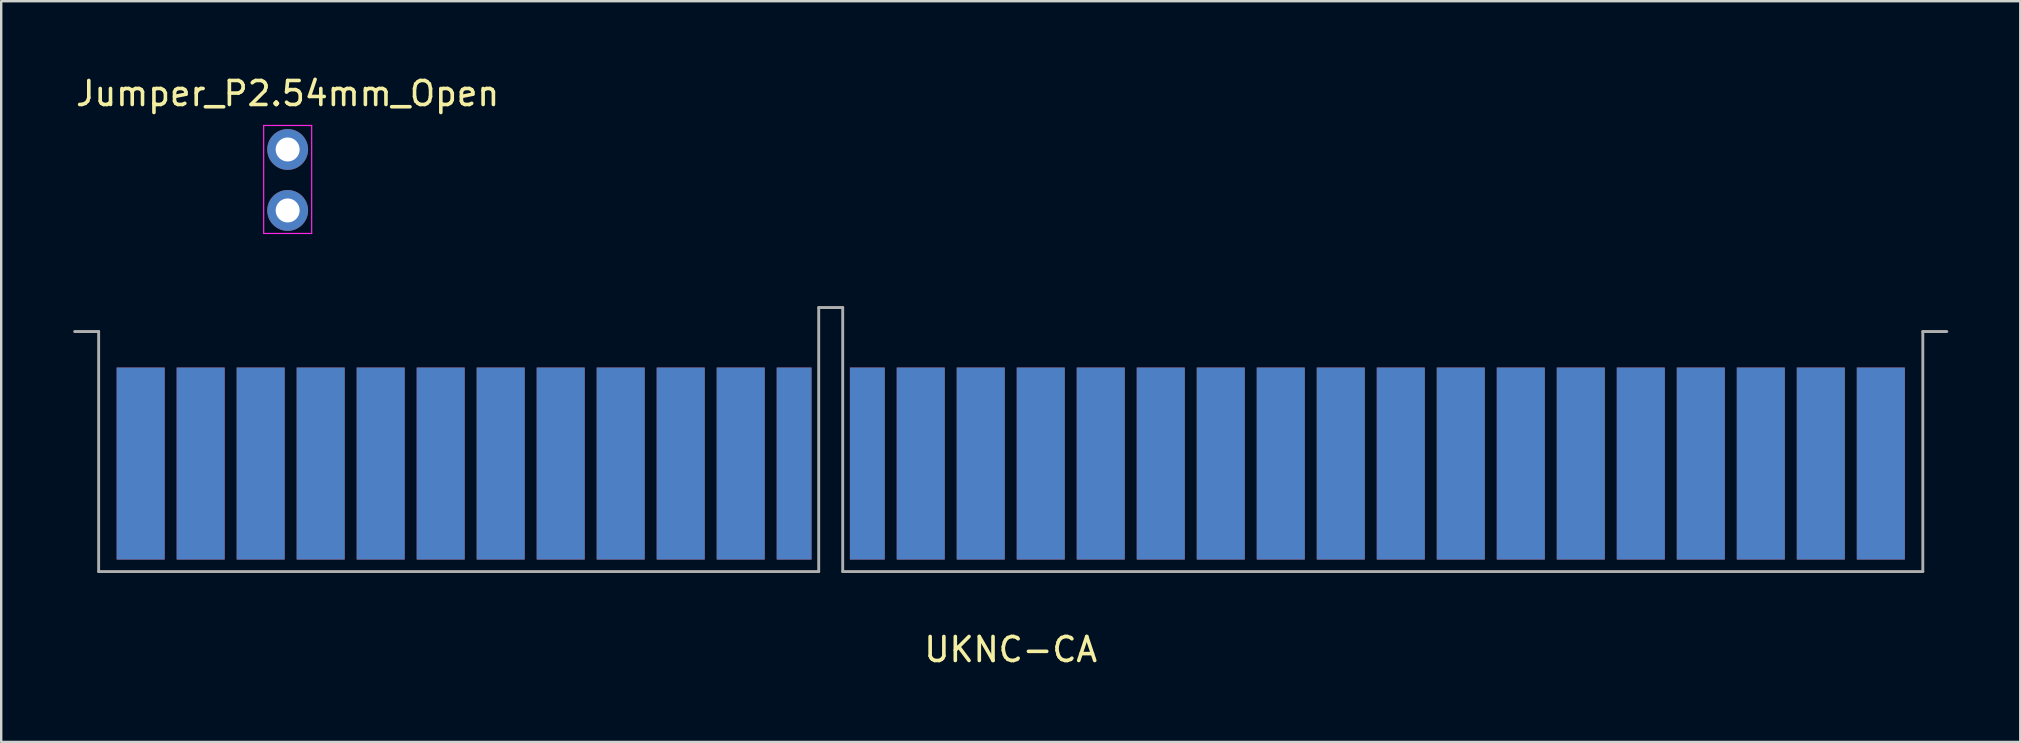
<source format=kicad_pcb>
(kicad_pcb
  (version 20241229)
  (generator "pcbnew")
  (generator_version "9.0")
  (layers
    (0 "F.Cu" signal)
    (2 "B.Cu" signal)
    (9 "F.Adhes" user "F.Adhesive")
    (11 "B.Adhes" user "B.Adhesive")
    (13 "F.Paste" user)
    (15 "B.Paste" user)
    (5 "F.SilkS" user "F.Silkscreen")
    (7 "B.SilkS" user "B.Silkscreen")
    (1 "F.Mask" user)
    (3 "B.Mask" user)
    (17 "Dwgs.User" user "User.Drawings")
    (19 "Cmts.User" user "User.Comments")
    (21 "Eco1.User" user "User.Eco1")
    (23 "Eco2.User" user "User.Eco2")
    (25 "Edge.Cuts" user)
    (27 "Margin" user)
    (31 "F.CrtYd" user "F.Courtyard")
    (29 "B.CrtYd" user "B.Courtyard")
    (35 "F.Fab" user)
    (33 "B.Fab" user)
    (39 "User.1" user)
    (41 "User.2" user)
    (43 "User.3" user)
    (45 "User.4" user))
  (footprint "UKNC-CA"
    (layer "F.Cu")
    (at 39.06 10.763)
    (property "Reference" "UKNC-CA" (at 0 13.25 0) (layer "F.SilkS") (effects (font (size 1 1) (thickness 0.15))))
    (attr through_hole)
    (fp_line (start -39 0) (end -38 0) (stroke (width 0.12) (type solid)) (layer "F.Fab"))
    (fp_line (start -38 0) (end -38 10) (stroke (width 0.12) (type solid)) (layer "F.Fab"))
    (fp_line (start -38 10) (end -8 10) (stroke (width 0.12) (type solid)) (layer "F.Fab"))
    (fp_line (start -8 -1) (end -7 -1) (stroke (width 0.12) (type solid)) (layer "F.Fab"))
    (fp_line (start -8 10) (end -8 -1) (stroke (width 0.12) (type solid)) (layer "F.Fab"))
    (fp_line (start -7 -1) (end -7 10) (stroke (width 0.12) (type solid)) (layer "F.Fab"))
    (fp_line (start -7 10) (end 38 10) (stroke (width 0.12) (type solid)) (layer "F.Fab"))
    (fp_line (start 38 0) (end 39 0) (stroke (width 0.12) (type solid)) (layer "F.Fab"))
    (fp_line (start 38 10) (end 38 0) (stroke (width 0.12) (type solid)) (layer "F.Fab"))
    (pad "1" connect rect (at -36.25 5.5) (size 2 8) (layers "F.Cu" "F.Mask"))
    (pad "2" connect rect (at -36.25 5.5) (size 2 8) (layers "B.Cu" "B.Mask"))
    (pad "3" connect rect (at -33.75 5.5) (size 2 8) (layers "F.Cu" "F.Mask"))
    (pad "4" connect rect (at -33.75 5.5) (size 2 8) (layers "B.Cu" "B.Mask"))
    (pad "5" connect rect (at -31.25 5.5) (size 2 8) (layers "F.Cu" "F.Mask"))
    (pad "6" connect rect (at -31.25 5.5) (size 2 8) (layers "B.Cu" "B.Mask"))
    (pad "7" connect rect (at -28.75 5.5) (size 2 8) (layers "F.Cu" "F.Mask"))
    (pad "8" connect rect (at -28.75 5.5) (size 2 8) (layers "B.Cu" "B.Mask"))
    (pad "9" connect rect (at -26.25 5.5) (size 2 8) (layers "F.Cu" "F.Mask"))
    (pad "10" connect rect (at -26.25 5.5) (size 2 8) (layers "B.Cu" "B.Mask"))
    (pad "11" connect rect (at -23.75 5.5) (size 2 8) (layers "F.Cu" "F.Mask"))
    (pad "12" connect rect (at -23.75 5.5) (size 2 8) (layers "B.Cu" "B.Mask"))
    (pad "13" connect rect (at -21.25 5.5) (size 2 8) (layers "F.Cu" "F.Mask"))
    (pad "14" connect rect (at -21.25 5.5) (size 2 8) (layers "B.Cu" "B.Mask"))
    (pad "15" connect rect (at -18.75 5.5) (size 2 8) (layers "F.Cu" "F.Mask"))
    (pad "16" connect rect (at -18.75 5.5) (size 2 8) (layers "B.Cu" "B.Mask"))
    (pad "17" connect rect (at -16.25 5.5) (size 2 8) (layers "F.Cu" "F.Mask"))
    (pad "18" connect rect (at -16.25 5.5) (size 2 8) (layers "B.Cu" "B.Mask"))
    (pad "19" connect rect (at -13.75 5.5) (size 2 8) (layers "F.Cu" "F.Mask"))
    (pad "20" connect rect (at -13.75 5.5) (size 2 8) (layers "B.Cu" "B.Mask"))
    (pad "21" connect rect (at -11.25 5.5) (size 2 8) (layers "F.Cu" "F.Mask"))
    (pad "22" connect rect (at -11.25 5.5) (size 2 8) (layers "B.Cu" "B.Mask"))
    (pad "23" connect rect (at -9.025 5.5) (size 1.45 8) (layers "F.Cu" "F.Mask"))
    (pad "24" connect rect (at -9.025 5.5) (size 1.45 8) (layers "B.Cu" "B.Mask"))
    (pad "25" connect rect (at -5.975 5.5) (size 1.45 8) (layers "F.Cu" "F.Mask"))
    (pad "26" connect rect (at -5.975 5.5) (size 1.45 8) (layers "B.Cu" "B.Mask"))
    (pad "27" connect rect (at -3.75 5.5) (size 2 8) (layers "F.Cu" "F.Mask"))
    (pad "28" connect rect (at -3.75 5.5) (size 2 8) (layers "B.Cu" "B.Mask"))
    (pad "29" connect rect (at -1.25 5.5) (size 2 8) (layers "F.Cu" "F.Mask"))
    (pad "30" connect rect (at -1.25 5.5) (size 2 8) (layers "B.Cu" "B.Mask"))
    (pad "31" connect rect (at 1.25 5.5) (size 2 8) (layers "F.Cu" "F.Mask"))
    (pad "32" connect rect (at 1.25 5.5) (size 2 8) (layers "B.Cu" "B.Mask"))
    (pad "33" connect rect (at 3.75 5.5) (size 2 8) (layers "F.Cu" "F.Mask"))
    (pad "34" connect rect (at 3.75 5.5) (size 2 8) (layers "B.Cu" "B.Mask"))
    (pad "35" connect rect (at 6.25 5.5) (size 2 8) (layers "F.Cu" "F.Mask"))
    (pad "36" connect rect (at 6.25 5.5) (size 2 8) (layers "B.Cu" "B.Mask"))
    (pad "37" connect rect (at 8.75 5.5) (size 2 8) (layers "F.Cu" "F.Mask"))
    (pad "38" connect rect (at 8.75 5.5) (size 2 8) (layers "B.Cu" "B.Mask"))
    (pad "39" connect rect (at 11.25 5.5) (size 2 8) (layers "F.Cu" "F.Mask"))
    (pad "40" connect rect (at 11.25 5.5) (size 2 8) (layers "B.Cu" "B.Mask"))
    (pad "41" connect rect (at 13.75 5.5) (size 2 8) (layers "F.Cu" "F.Mask"))
    (pad "42" connect rect (at 13.75 5.5) (size 2 8) (layers "B.Cu" "B.Mask"))
    (pad "43" connect rect (at 16.25 5.5) (size 2 8) (layers "F.Cu" "F.Mask"))
    (pad "44" connect rect (at 16.25 5.5) (size 2 8) (layers "B.Cu" "B.Mask"))
    (pad "45" connect rect (at 18.75 5.5) (size 2 8) (layers "F.Cu" "F.Mask"))
    (pad "46" connect rect (at 18.75 5.5) (size 2 8) (layers "B.Cu" "B.Mask"))
    (pad "47" connect rect (at 21.25 5.5) (size 2 8) (layers "F.Cu" "F.Mask"))
    (pad "48" connect rect (at 21.25 5.5) (size 2 8) (layers "B.Cu" "B.Mask"))
    (pad "49" connect rect (at 23.75 5.5) (size 2 8) (layers "F.Cu" "F.Mask"))
    (pad "50" connect rect (at 23.75 5.5) (size 2 8) (layers "B.Cu" "B.Mask"))
    (pad "51" connect rect (at 26.25 5.5) (size 2 8) (layers "F.Cu" "F.Mask"))
    (pad "52" connect rect (at 26.25 5.5) (size 2 8) (layers "B.Cu" "B.Mask"))
    (pad "53" connect rect (at 28.75 5.5) (size 2 8) (layers "F.Cu" "F.Mask"))
    (pad "54" connect rect (at 28.75 5.5) (size 2 8) (layers "B.Cu" "B.Mask"))
    (pad "55" connect rect (at 31.25 5.5) (size 2 8) (layers "F.Cu" "F.Mask"))
    (pad "56" connect rect (at 31.25 5.5) (size 2 8) (layers "B.Cu" "B.Mask"))
    (pad "57" connect rect (at 33.75 5.5) (size 2 8) (layers "F.Cu" "F.Mask"))
    (pad "58" connect rect (at 33.75 5.5) (size 2 8) (layers "B.Cu" "B.Mask"))
    (pad "59" connect rect (at 36.25 5.5) (size 2 8) (layers "F.Cu" "F.Mask"))
    (pad "60" connect rect (at 36.25 5.5) (size 2 8) (layers "B.Cu" "B.Mask")))
  (footprint "Jumper_P2.54mm_Open"
    (layer "F.Cu")
    (at 8.935 3.178)
    (property "Reference" "Jumper_P2.54mm_Open" (at 0 -2.33 0) (layer "F.SilkS") (effects (font (size 1 1) (thickness 0.15))))
    (attr through_hole)
    (fp_line (start -1 -1) (end -1 3.5) (stroke (width 0.05) (type solid)) (layer "F.CrtYd"))
    (fp_line (start -1 3.5) (end 1 3.5) (stroke (width 0.05) (type solid)) (layer "F.CrtYd"))
    (fp_line (start 1 -1) (end -1 -1) (stroke (width 0.05) (type solid)) (layer "F.CrtYd"))
    (fp_line (start 1 3.5) (end 1 -1) (stroke (width 0.05) (type solid)) (layer "F.CrtYd"))
    (pad "1" thru_hole circle (at 0 0) (size 1.7 1.7) (drill 1) (layers "*.Cu" "*.Mask"))
    (pad "2" thru_hole circle (at 0 2.54) (size 1.7 1.7) (drill 1) (layers "*.Cu" "*.Mask")))
  (gr_rect
    (start -3 -3)
    (end 81.12 27.861)
    (stroke (width 0.1) (type default))
    (fill no)
    (layer "Edge.Cuts")))
</source>
